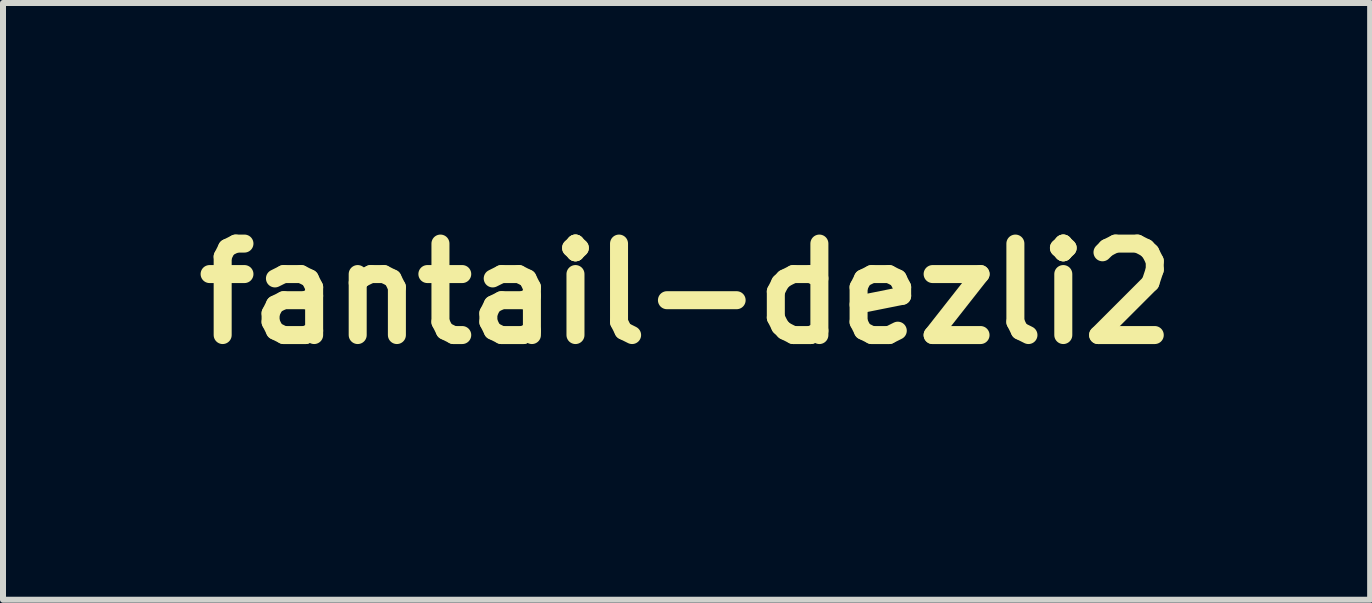
<source format=kicad_pcb>
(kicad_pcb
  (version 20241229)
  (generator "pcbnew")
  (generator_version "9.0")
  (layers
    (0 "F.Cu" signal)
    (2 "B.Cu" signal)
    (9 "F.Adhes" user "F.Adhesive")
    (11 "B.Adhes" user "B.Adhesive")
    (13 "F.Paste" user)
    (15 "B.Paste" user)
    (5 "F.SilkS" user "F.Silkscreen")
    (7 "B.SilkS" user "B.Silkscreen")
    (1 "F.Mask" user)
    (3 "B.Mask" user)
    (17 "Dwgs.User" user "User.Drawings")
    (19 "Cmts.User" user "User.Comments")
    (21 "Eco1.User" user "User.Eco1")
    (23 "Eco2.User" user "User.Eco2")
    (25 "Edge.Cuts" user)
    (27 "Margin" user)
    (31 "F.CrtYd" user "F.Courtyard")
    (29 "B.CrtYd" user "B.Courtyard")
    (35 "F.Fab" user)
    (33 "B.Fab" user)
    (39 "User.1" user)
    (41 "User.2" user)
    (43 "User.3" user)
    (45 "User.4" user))
  (footprint "fantail-dezli2"
    (layer "F.Cu")
    (at 12.479 3.693)
    (property "Reference" "fantail-dezli2" (at -4.09 -1.85 0) (layer "F.SilkS") (effects (font (size 1.524 1.524) (thickness 0.3))))
    (attr through_hole)
    (fp_poly (pts (xy -0.079 -0.083) (xy -0.349 -0.077) (xy -0.468 -0.075) (xy -0.551 -0.077) (xy -0.602 -0.083) (xy -0.626 -0.093) (xy -0.63 -0.098) (xy -0.632 -0.124) (xy -0.633 -0.188) (xy -0.635 -0.286) (xy -0.636 -0.414) (xy -0.636 -0.567) (xy -0.636 -0.742) (xy -0.636 -0.934) (xy -0.635 -1.139) (xy -0.635 -1.162) (xy -0.63 -2.083) (xy -0.534 -2.083) (xy -0.534 -0.178) (xy -0.174 -0.178) (xy -0.174 -2.083) (xy -0.534 -2.083) (xy -0.63 -2.083) (xy -0.629 -2.199) (xy -0.079 -2.199) (xy -0.079 -0.083)) (stroke (width 0.01) (type solid)) (fill yes) (layer "F.Mask"))
    (fp_poly (pts (xy -0.233 -3.328) (xy -0.136 -3.273) (xy -0.067 -3.199) (xy -0.018 -3.1) (xy -0.001 -2.99) (xy -0.016 -2.881) (xy -0.053 -2.801) (xy -0.133 -2.714) (xy -0.23 -2.657) (xy -0.337 -2.631) (xy -0.443 -2.639) (xy -0.523 -2.673) (xy -0.62 -2.75) (xy -0.682 -2.844) (xy -0.706 -2.913) (xy -0.721 -2.98) (xy -0.72 -3.005) (xy -0.598 -3.005) (xy -0.58 -2.902) (xy -0.534 -2.823) (xy -0.467 -2.77) (xy -0.386 -2.747) (xy -0.299 -2.756) (xy -0.214 -2.801) (xy -0.177 -2.836) (xy -0.134 -2.887) (xy -0.115 -2.93) (xy -0.114 -2.984) (xy -0.117 -3.011) (xy -0.146 -3.11) (xy -0.205 -3.18) (xy -0.291 -3.219) (xy -0.357 -3.226) (xy -0.424 -3.22) (xy -0.475 -3.198) (xy -0.526 -3.154) (xy -0.575 -3.095) (xy -0.595 -3.039) (xy -0.598 -3.005) (xy -0.72 -3.005) (xy -0.719 -3.032) (xy -0.699 -3.093) (xy -0.692 -3.112) (xy -0.628 -3.217) (xy -0.543 -3.292) (xy -0.444 -3.336) (xy -0.338 -3.348) (xy -0.233 -3.328)) (stroke (width 0.01) (type solid)) (fill yes) (layer "F.Mask"))
    (fp_poly (pts (xy -4.697 -1.835) (xy -4.568 -1.804) (xy -4.453 -1.743) (xy -4.36 -1.655) (xy -4.337 -1.622) (xy -4.28 -1.518) (xy -4.256 -1.44) (xy -4.263 -1.386) (xy -4.273 -1.374) (xy -4.305 -1.362) (xy -4.372 -1.353) (xy -4.466 -1.346) (xy -4.579 -1.341) (xy -4.704 -1.338) (xy -4.833 -1.338) (xy -4.958 -1.341) (xy -5.073 -1.345) (xy -5.169 -1.352) (xy -5.238 -1.362) (xy -5.275 -1.373) (xy -5.276 -1.375) (xy -5.291 -1.424) (xy -5.278 -1.489) (xy -5.148 -1.489) (xy -5.128 -1.482) (xy -5.069 -1.476) (xy -4.977 -1.472) (xy -4.855 -1.469) (xy -4.767 -1.469) (xy -4.385 -1.469) (xy -4.416 -1.527) (xy -4.481 -1.616) (xy -4.567 -1.683) (xy -4.605 -1.7) (xy -4.691 -1.719) (xy -4.793 -1.721) (xy -4.892 -1.708) (xy -4.949 -1.689) (xy -5.001 -1.656) (xy -5.057 -1.608) (xy -5.107 -1.557) (xy -5.141 -1.511) (xy -5.148 -1.489) (xy -5.278 -1.489) (xy -5.278 -1.491) (xy -5.241 -1.568) (xy -5.184 -1.647) (xy -5.113 -1.719) (xy -5.081 -1.745) (xy -4.962 -1.808) (xy -4.831 -1.837) (xy -4.697 -1.835)) (stroke (width 0.01) (type solid)) (fill yes) (layer "F.Mask"))
    (fp_poly (pts (xy -6.884 -1.816) (xy -6.744 -1.759) (xy -6.623 -1.663) (xy -6.616 -1.656) (xy -6.524 -1.532) (xy -6.462 -1.392) (xy -6.43 -1.242) (xy -6.426 -1.089) (xy -6.448 -0.939) (xy -6.497 -0.797) (xy -6.569 -0.671) (xy -6.665 -0.566) (xy -6.783 -0.489) (xy -6.855 -0.462) (xy -6.955 -0.442) (xy -7.067 -0.434) (xy -7.17 -0.441) (xy -7.223 -0.452) (xy -7.356 -0.513) (xy -7.475 -0.61) (xy -7.571 -0.734) (xy -7.608 -0.802) (xy -7.63 -0.858) (xy -7.645 -0.913) (xy -7.653 -0.981) (xy -7.656 -1.073) (xy -7.657 -1.137) (xy -7.553 -1.137) (xy -7.54 -0.985) (xy -7.5 -0.849) (xy -7.49 -0.827) (xy -7.41 -0.706) (xy -7.306 -0.617) (xy -7.185 -0.562) (xy -7.053 -0.544) (xy -6.916 -0.563) (xy -6.821 -0.601) (xy -6.709 -0.681) (xy -6.626 -0.79) (xy -6.572 -0.927) (xy -6.548 -1.087) (xy -6.548 -1.17) (xy -6.572 -1.333) (xy -6.625 -1.472) (xy -6.704 -1.583) (xy -6.809 -1.663) (xy -6.935 -1.709) (xy -6.996 -1.718) (xy -7.145 -1.712) (xy -7.276 -1.667) (xy -7.387 -1.587) (xy -7.474 -1.473) (xy -7.499 -1.422) (xy -7.54 -1.287) (xy -7.553 -1.137) (xy -7.657 -1.137) (xy -7.657 -1.141) (xy -7.656 -1.245) (xy -7.652 -1.318) (xy -7.644 -1.373) (xy -7.627 -1.422) (xy -7.601 -1.475) (xy -7.584 -1.507) (xy -7.491 -1.645) (xy -7.379 -1.744) (xy -7.247 -1.807) (xy -7.093 -1.834) (xy -7.043 -1.836) (xy -6.884 -1.816)) (stroke (width 0.01) (type solid)) (fill yes) (layer "F.Mask"))
    (fp_poly (pts (xy -6.076 -3.686) (xy -6.022 -3.68) (xy -5.996 -3.67) (xy -5.992 -3.666) (xy -5.989 -3.64) (xy -5.986 -3.577) (xy -5.984 -3.478) (xy -5.982 -3.349) (xy -5.98 -3.192) (xy -5.978 -3.013) (xy -5.977 -2.813) (xy -5.976 -2.599) (xy -5.975 -2.372) (xy -5.975 -2.138) (xy -5.975 -1.9) (xy -5.975 -1.661) (xy -5.975 -1.426) (xy -5.976 -1.198) (xy -5.977 -0.981) (xy -5.978 -0.78) (xy -5.98 -0.597) (xy -5.981 -0.437) (xy -5.983 -0.303) (xy -5.986 -0.2) (xy -5.988 -0.13) (xy -5.991 -0.099) (xy -5.992 -0.098) (xy -6.011 -0.086) (xy -6.055 -0.079) (xy -6.13 -0.075) (xy -6.239 -0.076) (xy -6.282 -0.077) (xy -6.556 -0.083) (xy -6.563 -0.14) (xy -6.569 -0.198) (xy -6.684 -0.133) (xy -6.866 -0.054) (xy -7.057 -0.015) (xy -7.251 -0.016) (xy -7.39 -0.042) (xy -7.571 -0.112) (xy -7.732 -0.215) (xy -7.87 -0.349) (xy -7.984 -0.507) (xy -8.07 -0.687) (xy -8.126 -0.883) (xy -8.15 -1.091) (xy -8.146 -1.197) (xy -8.025 -1.197) (xy -8.024 -1.048) (xy -8.011 -0.91) (xy -7.995 -0.824) (xy -7.927 -0.637) (xy -7.828 -0.474) (xy -7.703 -0.337) (xy -7.555 -0.232) (xy -7.428 -0.175) (xy -7.31 -0.147) (xy -7.173 -0.136) (xy -7.034 -0.141) (xy -6.91 -0.161) (xy -6.862 -0.176) (xy -6.785 -0.212) (xy -6.698 -0.263) (xy -6.64 -0.303) (xy -6.562 -0.359) (xy -6.51 -0.385) (xy -6.479 -0.381) (xy -6.464 -0.347) (xy -6.461 -0.284) (xy -6.461 -0.178) (xy -6.101 -0.178) (xy -6.101 -3.586) (xy -6.461 -3.586) (xy -6.461 -2.731) (xy -6.461 -2.507) (xy -6.461 -2.322) (xy -6.462 -2.174) (xy -6.465 -2.058) (xy -6.471 -1.973) (xy -6.479 -1.913) (xy -6.491 -1.878) (xy -6.507 -1.862) (xy -6.528 -1.864) (xy -6.555 -1.88) (xy -6.587 -1.907) (xy -6.624 -1.939) (xy -6.703 -1.999) (xy -6.793 -2.055) (xy -6.842 -2.081) (xy -6.906 -2.108) (xy -6.966 -2.125) (xy -7.036 -2.133) (xy -7.132 -2.136) (xy -7.159 -2.136) (xy -7.259 -2.134) (xy -7.332 -2.128) (xy -7.391 -2.115) (xy -7.454 -2.09) (xy -7.498 -2.07) (xy -7.655 -1.972) (xy -7.792 -1.841) (xy -7.901 -1.685) (xy -7.979 -1.511) (xy -7.994 -1.458) (xy -8.015 -1.339) (xy -8.025 -1.197) (xy -8.146 -1.197) (xy -8.14 -1.307) (xy -8.122 -1.416) (xy -8.061 -1.617) (xy -7.967 -1.799) (xy -7.845 -1.957) (xy -7.698 -2.086) (xy -7.531 -2.182) (xy -7.477 -2.204) (xy -7.288 -2.254) (xy -7.105 -2.263) (xy -6.923 -2.231) (xy -6.741 -2.157) (xy -6.72 -2.146) (xy -6.567 -2.064) (xy -6.561 -2.872) (xy -6.556 -3.681) (xy -6.282 -3.687) (xy -6.161 -3.688) (xy -6.076 -3.686)) (stroke (width 0.01) (type solid)) (fill yes) (layer "F.Mask"))
    (fp_poly (pts (xy -0.926 -0.083) (xy -1.476 -0.083) (xy -1.481 -1.115) (xy -1.487 -2.147) (xy -1.654 -1.94) (xy -1.709 -1.872) (xy -1.787 -1.777) (xy -1.882 -1.662) (xy -1.989 -1.531) (xy -2.104 -1.391) (xy -2.222 -1.249) (xy -2.276 -1.183) (xy -2.731 -0.633) (xy -2.19 -0.627) (xy -1.996 -0.624) (xy -1.841 -0.62) (xy -1.726 -0.614) (xy -1.653 -0.607) (xy -1.621 -0.598) (xy -1.609 -0.569) (xy -1.601 -0.508) (xy -1.594 -0.427) (xy -1.591 -0.336) (xy -1.591 -0.247) (xy -1.595 -0.169) (xy -1.602 -0.115) (xy -1.605 -0.105) (xy -1.611 -0.098) (xy -1.626 -0.092) (xy -1.653 -0.086) (xy -1.695 -0.082) (xy -1.756 -0.079) (xy -1.839 -0.076) (xy -1.947 -0.075) (xy -2.083 -0.073) (xy -2.252 -0.073) (xy -2.457 -0.072) (xy -2.7 -0.072) (xy -2.713 -0.072) (xy -2.924 -0.072) (xy -3.123 -0.073) (xy -3.304 -0.074) (xy -3.465 -0.076) (xy -3.601 -0.078) (xy -3.708 -0.08) (xy -3.781 -0.082) (xy -3.818 -0.085) (xy -3.822 -0.086) (xy -3.835 -0.118) (xy -3.836 -0.126) (xy -3.823 -0.147) (xy -3.8 -0.178) (xy -3.667 -0.178) (xy -1.719 -0.178) (xy -1.719 -0.516) (xy -2.31 -0.516) (xy -2.487 -0.517) (xy -2.626 -0.518) (xy -2.732 -0.52) (xy -2.809 -0.523) (xy -2.861 -0.528) (xy -2.893 -0.534) (xy -2.908 -0.542) (xy -2.912 -0.547) (xy -2.901 -0.571) (xy -2.865 -0.626) (xy -2.802 -0.71) (xy -2.716 -0.821) (xy -2.606 -0.959) (xy -2.475 -1.122) (xy -2.323 -1.308) (xy -2.311 -1.322) (xy -2.185 -1.475) (xy -2.068 -1.617) (xy -1.963 -1.746) (xy -1.871 -1.859) (xy -1.796 -1.951) (xy -1.741 -2.02) (xy -1.707 -2.062) (xy -1.698 -2.075) (xy -1.719 -2.076) (xy -1.777 -2.078) (xy -1.869 -2.079) (xy -1.99 -2.081) (xy -2.136 -2.082) (xy -2.302 -2.082) (xy -2.484 -2.083) (xy -2.577 -2.083) (xy -3.455 -2.083) (xy -3.455 -1.766) (xy -2.942 -1.76) (xy -2.781 -1.758) (xy -2.657 -1.756) (xy -2.566 -1.753) (xy -2.503 -1.749) (xy -2.462 -1.744) (xy -2.439 -1.737) (xy -2.43 -1.727) (xy -2.428 -1.719) (xy -2.432 -1.707) (xy -2.442 -1.687) (xy -2.462 -1.657) (xy -2.494 -1.615) (xy -2.538 -1.557) (xy -2.596 -1.483) (xy -2.671 -1.39) (xy -2.765 -1.275) (xy -2.878 -1.136) (xy -3.013 -0.972) (xy -3.171 -0.779) (xy -3.355 -0.556) (xy -3.357 -0.554) (xy -3.667 -0.178) (xy -3.8 -0.178) (xy -3.786 -0.198) (xy -3.726 -0.274) (xy -3.648 -0.373) (xy -3.554 -0.49) (xy -3.446 -0.624) (xy -3.327 -0.77) (xy -3.22 -0.9) (xy -2.605 -1.649) (xy -3.077 -1.659) (xy -3.55 -1.67) (xy -3.55 -2.199) (xy -2.547 -2.205) (xy -2.29 -2.206) (xy -2.074 -2.206) (xy -1.896 -2.205) (xy -1.754 -2.203) (xy -1.647 -2.2) (xy -1.573 -2.196) (xy -1.529 -2.191) (xy -1.516 -2.187) (xy -1.508 -2.186) (xy -1.502 -2.2) (xy -1.496 -2.234) (xy -1.492 -2.289) (xy -1.489 -2.371) (xy -1.486 -2.482) (xy -1.484 -2.626) (xy -1.482 -2.808) (xy -1.481 -2.922) (xy -1.477 -3.586) (xy -1.381 -3.586) (xy -1.381 -0.178) (xy -1.021 -0.178) (xy -1.021 -3.586) (xy -1.381 -3.586) (xy -1.477 -3.586) (xy -1.476 -3.681) (xy -0.926 -3.681) (xy -0.926 -0.083)) (stroke (width 0.01) (type solid)) (fill yes) (layer "F.Mask"))
    (fp_poly (pts (xy -4.519 -2.236) (xy -4.336 -2.172) (xy -4.172 -2.073) (xy -4.032 -1.942) (xy -3.919 -1.781) (xy -3.835 -1.593) (xy -3.805 -1.486) (xy -3.787 -1.392) (xy -3.777 -1.29) (xy -3.772 -1.188) (xy -3.774 -1.097) (xy -3.782 -1.025) (xy -3.797 -0.982) (xy -3.806 -0.974) (xy -3.835 -0.971) (xy -3.9 -0.968) (xy -3.998 -0.965) (xy -4.122 -0.963) (xy -4.266 -0.962) (xy -4.427 -0.961) (xy -4.524 -0.961) (xy -5.209 -0.961) (xy -5.192 -0.902) (xy -5.134 -0.769) (xy -5.046 -0.658) (xy -4.937 -0.579) (xy -4.872 -0.56) (xy -4.783 -0.552) (xy -4.687 -0.554) (xy -4.598 -0.567) (xy -4.542 -0.586) (xy -4.49 -0.623) (xy -4.43 -0.678) (xy -4.393 -0.719) (xy -4.338 -0.785) (xy -4.284 -0.85) (xy -4.258 -0.88) (xy -4.205 -0.944) (xy -3.987 -0.823) (xy -3.9 -0.773) (xy -3.828 -0.727) (xy -3.778 -0.691) (xy -3.758 -0.672) (xy -3.763 -0.635) (xy -3.792 -0.576) (xy -3.841 -0.502) (xy -3.903 -0.421) (xy -3.974 -0.34) (xy -4.014 -0.298) (xy -4.164 -0.179) (xy -4.339 -0.09) (xy -4.53 -0.032) (xy -4.73 -0.008) (xy -4.932 -0.019) (xy -5.032 -0.038) (xy -5.23 -0.107) (xy -5.401 -0.209) (xy -5.546 -0.344) (xy -5.663 -0.509) (xy -5.75 -0.705) (xy -5.757 -0.726) (xy -5.79 -0.864) (xy -5.809 -1.023) (xy -5.812 -1.151) (xy -5.696 -1.151) (xy -5.689 -0.995) (xy -5.67 -0.85) (xy -5.638 -0.73) (xy -5.636 -0.723) (xy -5.551 -0.549) (xy -5.439 -0.401) (xy -5.305 -0.283) (xy -5.154 -0.199) (xy -5.101 -0.18) (xy -4.963 -0.149) (xy -4.806 -0.136) (xy -4.645 -0.139) (xy -4.498 -0.16) (xy -4.424 -0.18) (xy -4.303 -0.227) (xy -4.202 -0.287) (xy -4.101 -0.37) (xy -4.093 -0.377) (xy -4.05 -0.422) (xy -4.001 -0.48) (xy -3.954 -0.541) (xy -3.918 -0.593) (xy -3.9 -0.627) (xy -3.9 -0.63) (xy -3.917 -0.649) (xy -3.961 -0.677) (xy -4.021 -0.71) (xy -4.086 -0.742) (xy -4.143 -0.767) (xy -4.183 -0.779) (xy -4.193 -0.778) (xy -4.214 -0.754) (xy -4.253 -0.706) (xy -4.302 -0.646) (xy -4.302 -0.646) (xy -4.411 -0.538) (xy -4.531 -0.469) (xy -4.669 -0.436) (xy -4.746 -0.432) (xy -4.903 -0.451) (xy -5.039 -0.505) (xy -5.152 -0.595) (xy -5.24 -0.717) (xy -5.303 -0.873) (xy -5.318 -0.93) (xy -5.327 -0.971) (xy -5.332 -1.005) (xy -5.33 -1.031) (xy -5.315 -1.051) (xy -5.285 -1.066) (xy -5.235 -1.076) (xy -5.161 -1.083) (xy -5.061 -1.086) (xy -4.929 -1.088) (xy -4.761 -1.088) (xy -4.585 -1.088) (xy -3.878 -1.088) (xy -3.879 -1.167) (xy -3.883 -1.228) (xy -3.894 -1.313) (xy -3.908 -1.403) (xy -3.908 -1.407) (xy -3.962 -1.604) (xy -4.047 -1.774) (xy -4.161 -1.914) (xy -4.302 -2.022) (xy -4.468 -2.098) (xy -4.657 -2.139) (xy -4.788 -2.146) (xy -4.99 -2.126) (xy -5.172 -2.071) (xy -5.33 -1.981) (xy -5.463 -1.858) (xy -5.569 -1.703) (xy -5.646 -1.519) (xy -5.669 -1.435) (xy -5.689 -1.302) (xy -5.696 -1.151) (xy -5.812 -1.151) (xy -5.813 -1.19) (xy -5.803 -1.349) (xy -5.779 -1.486) (xy -5.775 -1.5) (xy -5.695 -1.709) (xy -5.591 -1.884) (xy -5.462 -2.026) (xy -5.306 -2.135) (xy -5.123 -2.211) (xy -4.932 -2.253) (xy -4.719 -2.264) (xy -4.519 -2.236)) (stroke (width 0.01) (type solid)) (fill yes) (layer "F.Mask")))
  (gr_rect
    (start -3 -3)
    (end 19.779 6.943)
    (stroke (width 0.1) (type default))
    (fill no)
    (layer "Edge.Cuts")))
</source>
